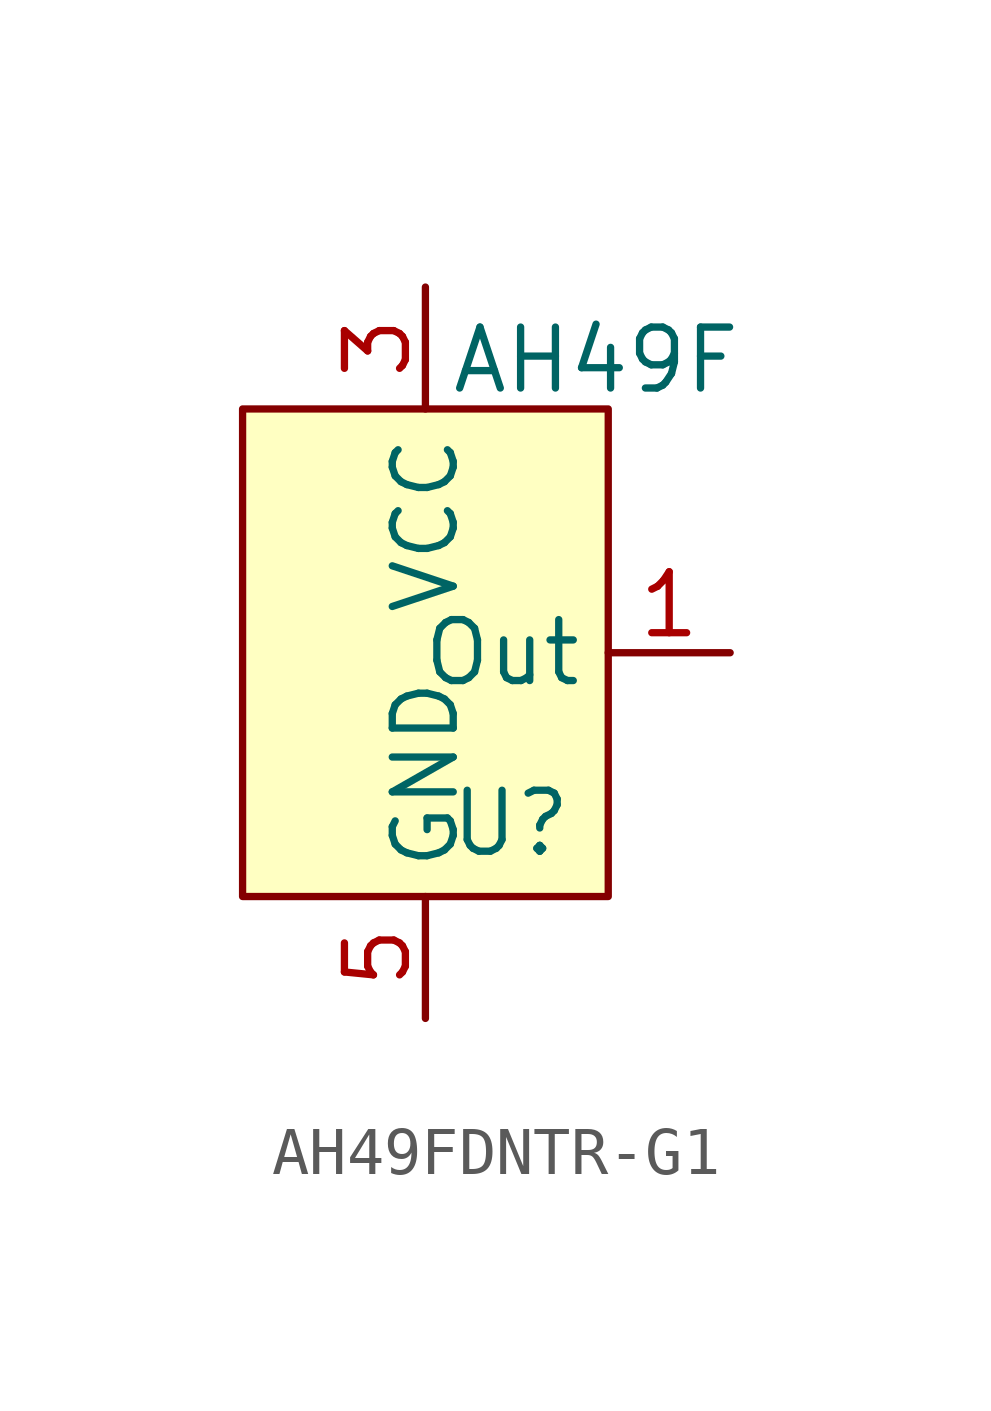
<source format=kicad_sym>
(kicad_symbol_lib
  (version 20231120)
  (generator "kicad_symbol_editor")
  (generator_version "8.0")
  (symbol "AH49FDNTR-G1"
    (property "Reference" "U"
      (at 1.778 -3.556 0)
      (effects (font (size 1.27 1.27))))
    (property "Value" "AH49F"
      (at 3.556 6.096 0)
      (effects (font (size 1.27 1.27))))
    (symbol "AH49FDNTR-G1_1_1"
      (rectangle (start -3.81 5.08) (end 3.81 -5.08) (stroke (width 0) (type default)) (fill (type background)))
      (pin output line (at 6.35 0 180) (length 2.54) (name "Out" (effects (font (size 1.27 1.27)))) (number "1" (effects (font (size 1.27 1.27)))))
      (pin power_in line (at 0 7.62 270) (length 2.54) (name "VCC" (effects (font (size 1.27 1.27)))) (number "3" (effects (font (size 1.27 1.27)))))
      (pin power_in line (at 0 -7.62 90) (length 2.54) (name "GND" (effects (font (size 1.27 1.27)))) (number "5" (effects (font (size 1.27 1.27))))))))
</source>
